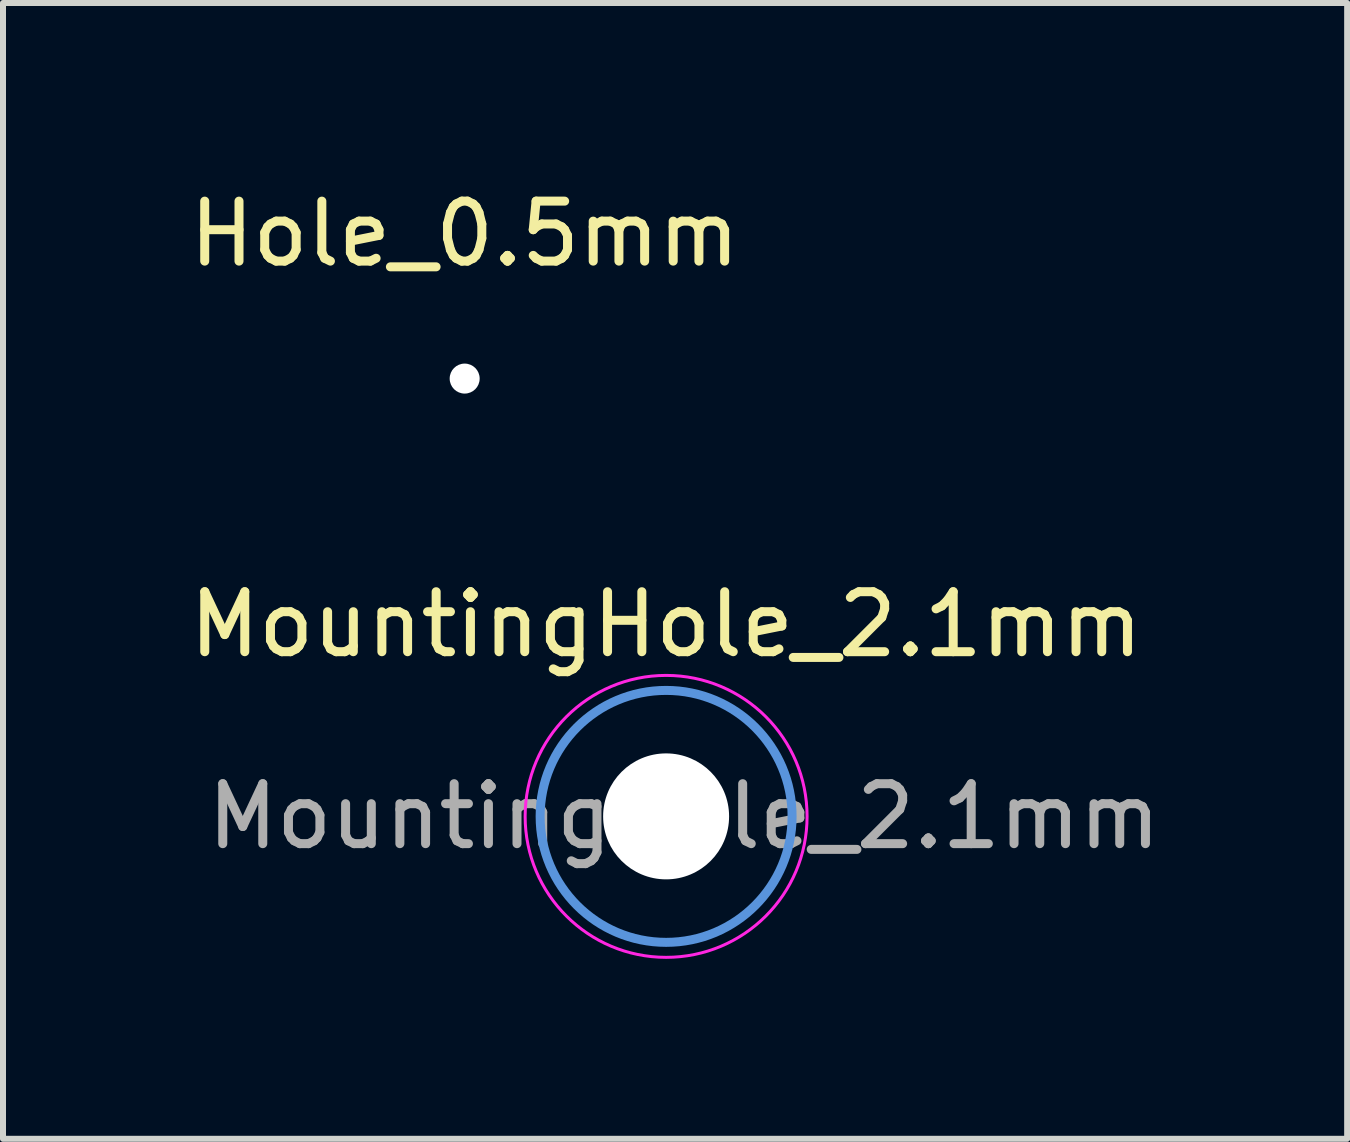
<source format=kicad_pcb>
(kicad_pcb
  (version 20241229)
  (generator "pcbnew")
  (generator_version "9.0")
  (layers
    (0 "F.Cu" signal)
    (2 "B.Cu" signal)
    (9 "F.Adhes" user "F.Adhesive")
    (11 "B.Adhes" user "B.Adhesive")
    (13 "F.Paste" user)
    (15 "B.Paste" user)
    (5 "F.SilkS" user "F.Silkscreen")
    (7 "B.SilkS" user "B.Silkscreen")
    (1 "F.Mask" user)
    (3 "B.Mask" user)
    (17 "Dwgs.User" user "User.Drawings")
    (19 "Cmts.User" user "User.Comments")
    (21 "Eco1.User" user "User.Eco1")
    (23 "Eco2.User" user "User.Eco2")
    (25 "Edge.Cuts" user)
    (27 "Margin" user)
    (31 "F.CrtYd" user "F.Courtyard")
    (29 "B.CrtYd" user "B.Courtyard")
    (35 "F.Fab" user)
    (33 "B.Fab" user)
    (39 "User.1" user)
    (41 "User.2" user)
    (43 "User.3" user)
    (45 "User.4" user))
  (footprint "Hole_0.5mm"
    (layer "F.Cu")
    (at 4.696 3.261)
    (property "Reference" "Hole_0.5mm" (at 0 -2.413 0) (layer "F.SilkS") (effects (font (size 1 1) (thickness 0.15))))
    (attr through_hole)
    (pad "" np_thru_hole circle (at 0 0) (size 0.5 0.5) (drill 0.5) (layers "*.Cu" "*.Mask")))
  (footprint "MountingHole_2.1mm"
    (layer "F.Cu")
    (at 8.054 10.559)
    (property "Reference" "MountingHole_2.1mm" (at 0 -3.2 0) (layer "F.SilkS") (effects (font (size 1 1) (thickness 0.15))))
    (attr exclude_from_pos_files exclude_from_bom)
    (fp_circle (center 0 0) (end 2.1 0) (stroke (width 0.15) (type solid)) (fill no) (layer "Cmts.User"))
    (fp_circle (center 0 0) (end 2.35 0) (stroke (width 0.05) (type solid)) (fill no) (layer "F.CrtYd"))
    (fp_text user "${REFERENCE}" (at 0.3 0 0) (layer "F.Fab") (effects (font (size 1 1) (thickness 0.15))))
    (pad "" np_thru_hole circle (at 0 0) (size 2.1 2.1) (drill 2.1) (layers "*.Cu" "*.Mask")))
  (gr_rect
    (start -3 -3)
    (end 19.407 15.934)
    (stroke (width 0.1) (type default))
    (fill no)
    (layer "Edge.Cuts")))
</source>
